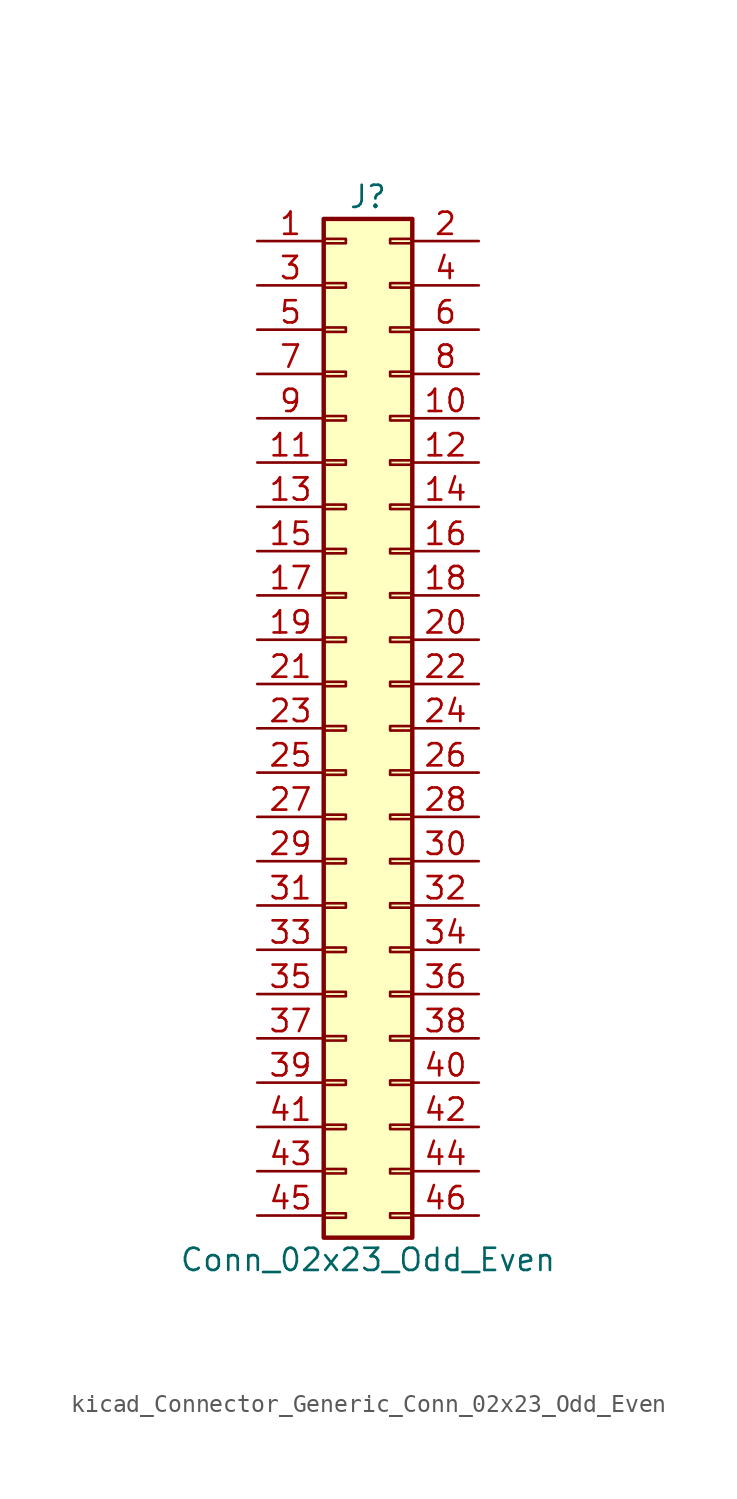
<source format=kicad_sym>
(kicad_symbol_lib
  (version 20220914)
  (generator kicad_symbol_editor)
  (symbol "kicad_Connector_Generic_Conn_02x23_Odd_Even"
    (pin_names
      (offset 1.016) hide)
    (property "Reference" "J"
      (at 1.27 30.48 0)
      (effects (font (size 1.27 1.27))))
    (property "Value" "Conn_02x23_Odd_Even"
      (at 1.27 -30.48 0)
      (effects (font (size 1.27 1.27))))
    (symbol "kicad_Connector_Generic_Conn_02x23_Odd_Even_1_1"
      (rectangle (start -1.27 -27.813) (end 0 -28.067) (stroke (width 0.152) (type default)) (fill (type none)))
      (rectangle (start -1.27 -25.273) (end 0 -25.527) (stroke (width 0.152) (type default)) (fill (type none)))
      (rectangle (start -1.27 -22.733) (end 0 -22.987) (stroke (width 0.152) (type default)) (fill (type none)))
      (rectangle (start -1.27 -20.193) (end 0 -20.447) (stroke (width 0.152) (type default)) (fill (type none)))
      (rectangle (start -1.27 -17.653) (end 0 -17.907) (stroke (width 0.152) (type default)) (fill (type none)))
      (rectangle (start -1.27 -15.113) (end 0 -15.367) (stroke (width 0.152) (type default)) (fill (type none)))
      (rectangle (start -1.27 -12.573) (end 0 -12.827) (stroke (width 0.152) (type default)) (fill (type none)))
      (rectangle (start -1.27 -10.033) (end 0 -10.287) (stroke (width 0.152) (type default)) (fill (type none)))
      (rectangle (start -1.27 -7.493) (end 0 -7.747) (stroke (width 0.152) (type default)) (fill (type none)))
      (rectangle (start -1.27 -4.953) (end 0 -5.207) (stroke (width 0.152) (type default)) (fill (type none)))
      (rectangle (start -1.27 -2.413) (end 0 -2.667) (stroke (width 0.152) (type default)) (fill (type none)))
      (rectangle (start -1.27 0.127) (end 0 -0.127) (stroke (width 0.152) (type default)) (fill (type none)))
      (rectangle (start -1.27 2.667) (end 0 2.413) (stroke (width 0.152) (type default)) (fill (type none)))
      (rectangle (start -1.27 5.207) (end 0 4.953) (stroke (width 0.152) (type default)) (fill (type none)))
      (rectangle (start -1.27 7.747) (end 0 7.493) (stroke (width 0.152) (type default)) (fill (type none)))
      (rectangle (start -1.27 10.287) (end 0 10.033) (stroke (width 0.152) (type default)) (fill (type none)))
      (rectangle (start -1.27 12.827) (end 0 12.573) (stroke (width 0.152) (type default)) (fill (type none)))
      (rectangle (start -1.27 15.367) (end 0 15.113) (stroke (width 0.152) (type default)) (fill (type none)))
      (rectangle (start -1.27 17.907) (end 0 17.653) (stroke (width 0.152) (type default)) (fill (type none)))
      (rectangle (start -1.27 20.447) (end 0 20.193) (stroke (width 0.152) (type default)) (fill (type none)))
      (rectangle (start -1.27 22.987) (end 0 22.733) (stroke (width 0.152) (type default)) (fill (type none)))
      (rectangle (start -1.27 25.527) (end 0 25.273) (stroke (width 0.152) (type default)) (fill (type none)))
      (rectangle (start -1.27 28.067) (end 0 27.813) (stroke (width 0.152) (type default)) (fill (type none)))
      (rectangle (start -1.27 29.21) (end 3.81 -29.21) (stroke (width 0.254) (type default)) (fill (type background)))
      (rectangle (start 3.81 -27.813) (end 2.54 -28.067) (stroke (width 0.152) (type default)) (fill (type none)))
      (rectangle (start 3.81 -25.273) (end 2.54 -25.527) (stroke (width 0.152) (type default)) (fill (type none)))
      (rectangle (start 3.81 -22.733) (end 2.54 -22.987) (stroke (width 0.152) (type default)) (fill (type none)))
      (rectangle (start 3.81 -20.193) (end 2.54 -20.447) (stroke (width 0.152) (type default)) (fill (type none)))
      (rectangle (start 3.81 -17.653) (end 2.54 -17.907) (stroke (width 0.152) (type default)) (fill (type none)))
      (rectangle (start 3.81 -15.113) (end 2.54 -15.367) (stroke (width 0.152) (type default)) (fill (type none)))
      (rectangle (start 3.81 -12.573) (end 2.54 -12.827) (stroke (width 0.152) (type default)) (fill (type none)))
      (rectangle (start 3.81 -10.033) (end 2.54 -10.287) (stroke (width 0.152) (type default)) (fill (type none)))
      (rectangle (start 3.81 -7.493) (end 2.54 -7.747) (stroke (width 0.152) (type default)) (fill (type none)))
      (rectangle (start 3.81 -4.953) (end 2.54 -5.207) (stroke (width 0.152) (type default)) (fill (type none)))
      (rectangle (start 3.81 -2.413) (end 2.54 -2.667) (stroke (width 0.152) (type default)) (fill (type none)))
      (rectangle (start 3.81 0.127) (end 2.54 -0.127) (stroke (width 0.152) (type default)) (fill (type none)))
      (rectangle (start 3.81 2.667) (end 2.54 2.413) (stroke (width 0.152) (type default)) (fill (type none)))
      (rectangle (start 3.81 5.207) (end 2.54 4.953) (stroke (width 0.152) (type default)) (fill (type none)))
      (rectangle (start 3.81 7.747) (end 2.54 7.493) (stroke (width 0.152) (type default)) (fill (type none)))
      (rectangle (start 3.81 10.287) (end 2.54 10.033) (stroke (width 0.152) (type default)) (fill (type none)))
      (rectangle (start 3.81 12.827) (end 2.54 12.573) (stroke (width 0.152) (type default)) (fill (type none)))
      (rectangle (start 3.81 15.367) (end 2.54 15.113) (stroke (width 0.152) (type default)) (fill (type none)))
      (rectangle (start 3.81 17.907) (end 2.54 17.653) (stroke (width 0.152) (type default)) (fill (type none)))
      (rectangle (start 3.81 20.447) (end 2.54 20.193) (stroke (width 0.152) (type default)) (fill (type none)))
      (rectangle (start 3.81 22.987) (end 2.54 22.733) (stroke (width 0.152) (type default)) (fill (type none)))
      (rectangle (start 3.81 25.527) (end 2.54 25.273) (stroke (width 0.152) (type default)) (fill (type none)))
      (rectangle (start 3.81 28.067) (end 2.54 27.813) (stroke (width 0.152) (type default)) (fill (type none)))
      (pin passive line (at -5.08 27.94 0) (length 3.81) (name "Pin_1" (effects (font (size 1.27 1.27)))) (number "1" (effects (font (size 1.27 1.27)))))
      (pin passive line (at 7.62 17.78 180) (length 3.81) (name "Pin_10" (effects (font (size 1.27 1.27)))) (number "10" (effects (font (size 1.27 1.27)))))
      (pin passive line (at -5.08 15.24 0) (length 3.81) (name "Pin_11" (effects (font (size 1.27 1.27)))) (number "11" (effects (font (size 1.27 1.27)))))
      (pin passive line (at 7.62 15.24 180) (length 3.81) (name "Pin_12" (effects (font (size 1.27 1.27)))) (number "12" (effects (font (size 1.27 1.27)))))
      (pin passive line (at -5.08 12.7 0) (length 3.81) (name "Pin_13" (effects (font (size 1.27 1.27)))) (number "13" (effects (font (size 1.27 1.27)))))
      (pin passive line (at 7.62 12.7 180) (length 3.81) (name "Pin_14" (effects (font (size 1.27 1.27)))) (number "14" (effects (font (size 1.27 1.27)))))
      (pin passive line (at -5.08 10.16 0) (length 3.81) (name "Pin_15" (effects (font (size 1.27 1.27)))) (number "15" (effects (font (size 1.27 1.27)))))
      (pin passive line (at 7.62 10.16 180) (length 3.81) (name "Pin_16" (effects (font (size 1.27 1.27)))) (number "16" (effects (font (size 1.27 1.27)))))
      (pin passive line (at -5.08 7.62 0) (length 3.81) (name "Pin_17" (effects (font (size 1.27 1.27)))) (number "17" (effects (font (size 1.27 1.27)))))
      (pin passive line (at 7.62 7.62 180) (length 3.81) (name "Pin_18" (effects (font (size 1.27 1.27)))) (number "18" (effects (font (size 1.27 1.27)))))
      (pin passive line (at -5.08 5.08 0) (length 3.81) (name "Pin_19" (effects (font (size 1.27 1.27)))) (number "19" (effects (font (size 1.27 1.27)))))
      (pin passive line (at 7.62 27.94 180) (length 3.81) (name "Pin_2" (effects (font (size 1.27 1.27)))) (number "2" (effects (font (size 1.27 1.27)))))
      (pin passive line (at 7.62 5.08 180) (length 3.81) (name "Pin_20" (effects (font (size 1.27 1.27)))) (number "20" (effects (font (size 1.27 1.27)))))
      (pin passive line (at -5.08 2.54 0) (length 3.81) (name "Pin_21" (effects (font (size 1.27 1.27)))) (number "21" (effects (font (size 1.27 1.27)))))
      (pin passive line (at 7.62 2.54 180) (length 3.81) (name "Pin_22" (effects (font (size 1.27 1.27)))) (number "22" (effects (font (size 1.27 1.27)))))
      (pin passive line (at -5.08 0 0) (length 3.81) (name "Pin_23" (effects (font (size 1.27 1.27)))) (number "23" (effects (font (size 1.27 1.27)))))
      (pin passive line (at 7.62 0 180) (length 3.81) (name "Pin_24" (effects (font (size 1.27 1.27)))) (number "24" (effects (font (size 1.27 1.27)))))
      (pin passive line (at -5.08 -2.54 0) (length 3.81) (name "Pin_25" (effects (font (size 1.27 1.27)))) (number "25" (effects (font (size 1.27 1.27)))))
      (pin passive line (at 7.62 -2.54 180) (length 3.81) (name "Pin_26" (effects (font (size 1.27 1.27)))) (number "26" (effects (font (size 1.27 1.27)))))
      (pin passive line (at -5.08 -5.08 0) (length 3.81) (name "Pin_27" (effects (font (size 1.27 1.27)))) (number "27" (effects (font (size 1.27 1.27)))))
      (pin passive line (at 7.62 -5.08 180) (length 3.81) (name "Pin_28" (effects (font (size 1.27 1.27)))) (number "28" (effects (font (size 1.27 1.27)))))
      (pin passive line (at -5.08 -7.62 0) (length 3.81) (name "Pin_29" (effects (font (size 1.27 1.27)))) (number "29" (effects (font (size 1.27 1.27)))))
      (pin passive line (at -5.08 25.4 0) (length 3.81) (name "Pin_3" (effects (font (size 1.27 1.27)))) (number "3" (effects (font (size 1.27 1.27)))))
      (pin passive line (at 7.62 -7.62 180) (length 3.81) (name "Pin_30" (effects (font (size 1.27 1.27)))) (number "30" (effects (font (size 1.27 1.27)))))
      (pin passive line (at -5.08 -10.16 0) (length 3.81) (name "Pin_31" (effects (font (size 1.27 1.27)))) (number "31" (effects (font (size 1.27 1.27)))))
      (pin passive line (at 7.62 -10.16 180) (length 3.81) (name "Pin_32" (effects (font (size 1.27 1.27)))) (number "32" (effects (font (size 1.27 1.27)))))
      (pin passive line (at -5.08 -12.7 0) (length 3.81) (name "Pin_33" (effects (font (size 1.27 1.27)))) (number "33" (effects (font (size 1.27 1.27)))))
      (pin passive line (at 7.62 -12.7 180) (length 3.81) (name "Pin_34" (effects (font (size 1.27 1.27)))) (number "34" (effects (font (size 1.27 1.27)))))
      (pin passive line (at -5.08 -15.24 0) (length 3.81) (name "Pin_35" (effects (font (size 1.27 1.27)))) (number "35" (effects (font (size 1.27 1.27)))))
      (pin passive line (at 7.62 -15.24 180) (length 3.81) (name "Pin_36" (effects (font (size 1.27 1.27)))) (number "36" (effects (font (size 1.27 1.27)))))
      (pin passive line (at -5.08 -17.78 0) (length 3.81) (name "Pin_37" (effects (font (size 1.27 1.27)))) (number "37" (effects (font (size 1.27 1.27)))))
      (pin passive line (at 7.62 -17.78 180) (length 3.81) (name "Pin_38" (effects (font (size 1.27 1.27)))) (number "38" (effects (font (size 1.27 1.27)))))
      (pin passive line (at -5.08 -20.32 0) (length 3.81) (name "Pin_39" (effects (font (size 1.27 1.27)))) (number "39" (effects (font (size 1.27 1.27)))))
      (pin passive line (at 7.62 25.4 180) (length 3.81) (name "Pin_4" (effects (font (size 1.27 1.27)))) (number "4" (effects (font (size 1.27 1.27)))))
      (pin passive line (at 7.62 -20.32 180) (length 3.81) (name "Pin_40" (effects (font (size 1.27 1.27)))) (number "40" (effects (font (size 1.27 1.27)))))
      (pin passive line (at -5.08 -22.86 0) (length 3.81) (name "Pin_41" (effects (font (size 1.27 1.27)))) (number "41" (effects (font (size 1.27 1.27)))))
      (pin passive line (at 7.62 -22.86 180) (length 3.81) (name "Pin_42" (effects (font (size 1.27 1.27)))) (number "42" (effects (font (size 1.27 1.27)))))
      (pin passive line (at -5.08 -25.4 0) (length 3.81) (name "Pin_43" (effects (font (size 1.27 1.27)))) (number "43" (effects (font (size 1.27 1.27)))))
      (pin passive line (at 7.62 -25.4 180) (length 3.81) (name "Pin_44" (effects (font (size 1.27 1.27)))) (number "44" (effects (font (size 1.27 1.27)))))
      (pin passive line (at -5.08 -27.94 0) (length 3.81) (name "Pin_45" (effects (font (size 1.27 1.27)))) (number "45" (effects (font (size 1.27 1.27)))))
      (pin passive line (at 7.62 -27.94 180) (length 3.81) (name "Pin_46" (effects (font (size 1.27 1.27)))) (number "46" (effects (font (size 1.27 1.27)))))
      (pin passive line (at -5.08 22.86 0) (length 3.81) (name "Pin_5" (effects (font (size 1.27 1.27)))) (number "5" (effects (font (size 1.27 1.27)))))
      (pin passive line (at 7.62 22.86 180) (length 3.81) (name "Pin_6" (effects (font (size 1.27 1.27)))) (number "6" (effects (font (size 1.27 1.27)))))
      (pin passive line (at -5.08 20.32 0) (length 3.81) (name "Pin_7" (effects (font (size 1.27 1.27)))) (number "7" (effects (font (size 1.27 1.27)))))
      (pin passive line (at 7.62 20.32 180) (length 3.81) (name "Pin_8" (effects (font (size 1.27 1.27)))) (number "8" (effects (font (size 1.27 1.27)))))
      (pin passive line (at -5.08 17.78 0) (length 3.81) (name "Pin_9" (effects (font (size 1.27 1.27)))) (number "9" (effects (font (size 1.27 1.27))))))))
</source>
